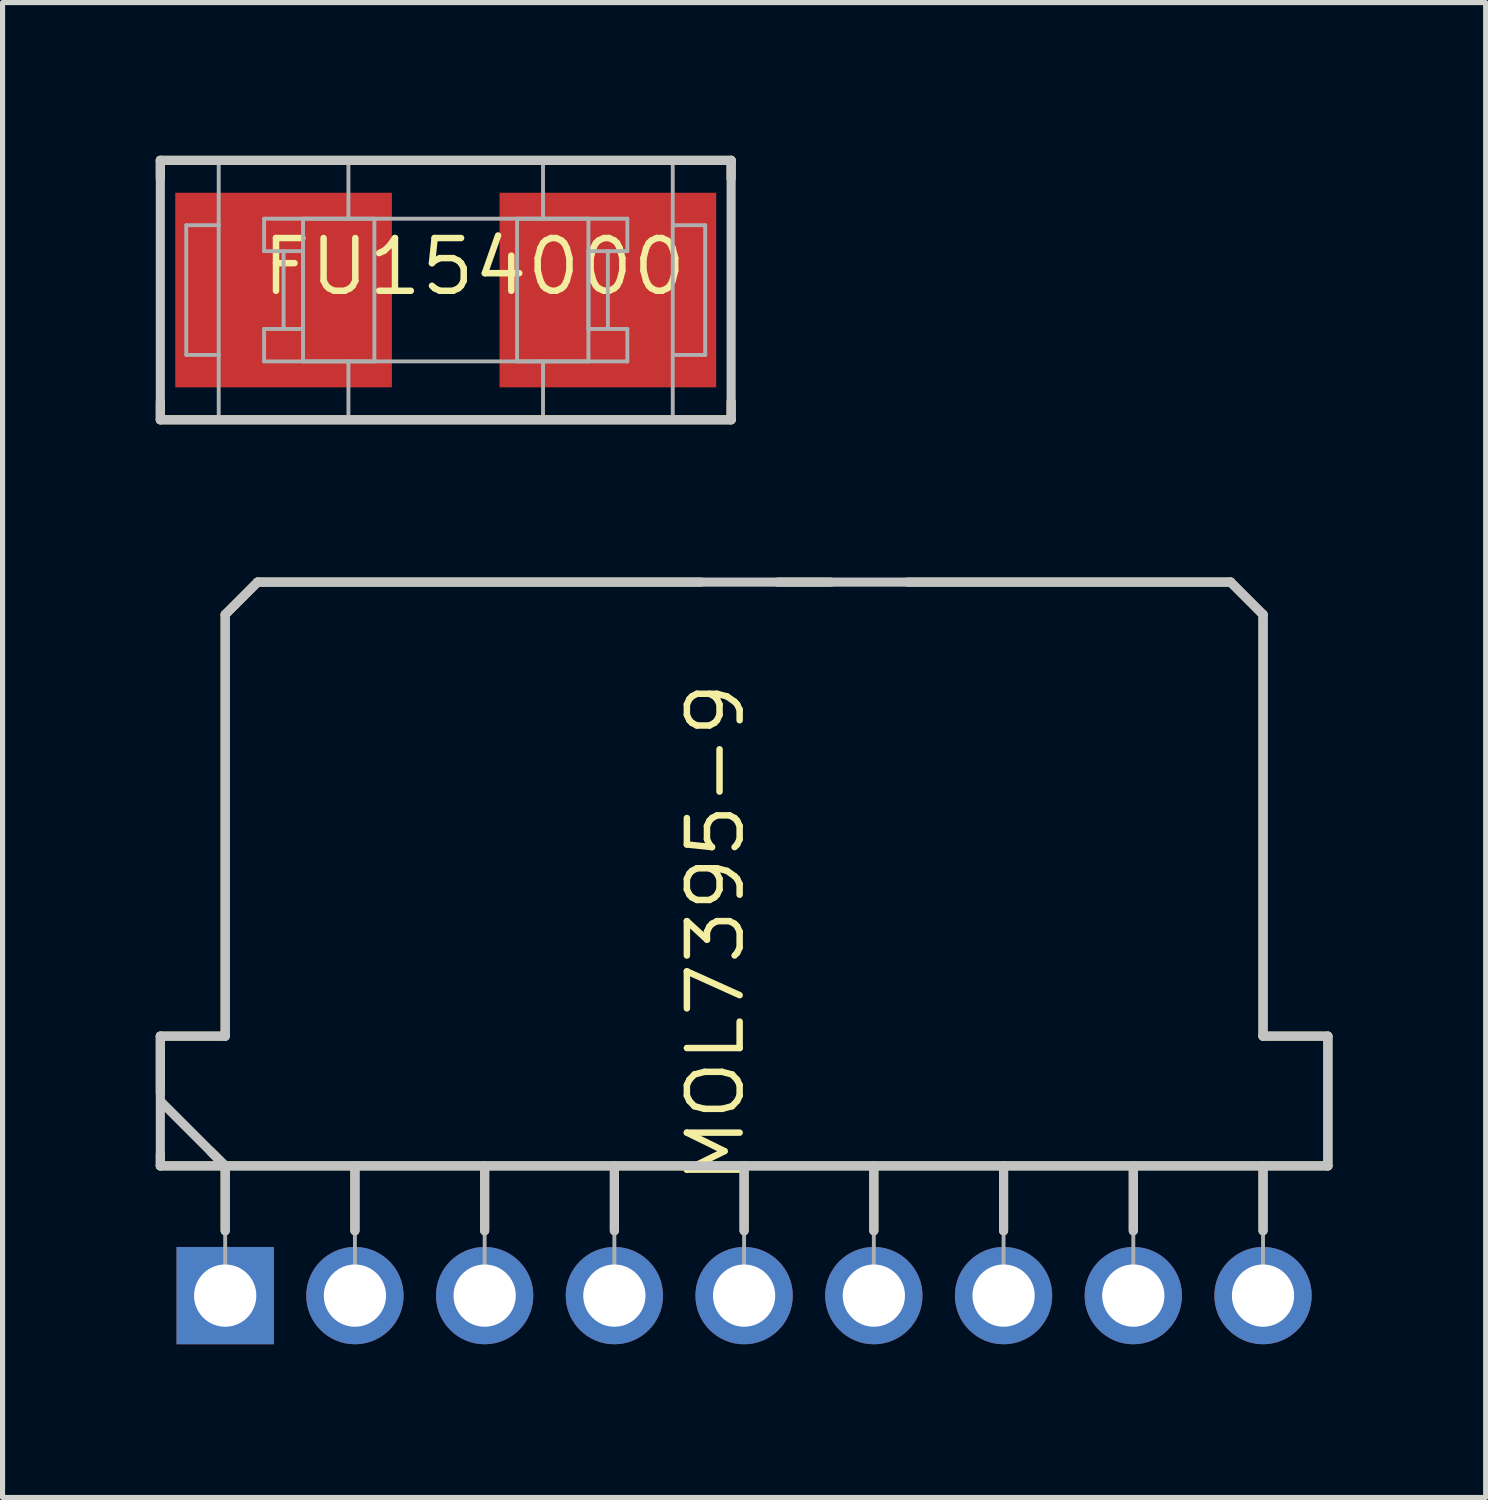
<source format=kicad_pcb>
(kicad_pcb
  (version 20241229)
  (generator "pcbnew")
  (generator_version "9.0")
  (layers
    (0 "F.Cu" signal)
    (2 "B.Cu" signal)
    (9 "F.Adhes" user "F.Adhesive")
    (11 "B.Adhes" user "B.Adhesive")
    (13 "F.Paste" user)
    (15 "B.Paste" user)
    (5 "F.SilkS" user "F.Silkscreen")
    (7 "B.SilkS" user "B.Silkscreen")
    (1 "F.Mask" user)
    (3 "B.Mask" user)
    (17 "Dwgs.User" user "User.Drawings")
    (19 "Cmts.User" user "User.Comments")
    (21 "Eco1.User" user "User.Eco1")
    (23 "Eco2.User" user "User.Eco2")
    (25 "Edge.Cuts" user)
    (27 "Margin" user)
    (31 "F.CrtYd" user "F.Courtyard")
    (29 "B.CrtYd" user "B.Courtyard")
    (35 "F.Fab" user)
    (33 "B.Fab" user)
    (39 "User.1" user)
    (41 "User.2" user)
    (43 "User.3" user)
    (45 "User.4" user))
  (footprint "MOL7395-9"
    (layer "F.Cu")
    (at 1.359 22.317)
    (property "Reference" "MOL7395-9" (at 9.601 -7.099 90) (unlocked yes) (layer "F.SilkS") (effects (font (size 1.033 1.087) (thickness 0.127))))
    (attr smd)
    (fp_line (start -1.27 -5.08) (end 0 -5.08) (stroke (width 0.178) (type solid)) (layer "F.SilkS"))
    (fp_line (start -1.27 -3.962) (end -1.27 -5.08) (stroke (width 0.178) (type solid)) (layer "F.SilkS"))
    (fp_line (start -1.27 -2.54) (end -1.27 -2.769) (stroke (width 0.178) (type solid)) (layer "F.SilkS"))
    (fp_line (start -1.27 -2.54) (end 21.59 -2.54) (stroke (width 0.178) (type solid)) (layer "F.SilkS"))
    (fp_line (start -0.279 -2.819) (end 0 -2.54) (stroke (width 0.178) (type solid)) (layer "F.SilkS"))
    (fp_line (start 0 -13.335) (end 0.635 -13.97) (stroke (width 0.178) (type solid)) (layer "F.SilkS"))
    (fp_line (start 0 -5.08) (end 0 -13.335) (stroke (width 0.178) (type solid)) (layer "F.SilkS"))
    (fp_line (start 0 -1.27) (end 0 -2.54) (stroke (width 0.178) (type solid)) (layer "F.SilkS"))
    (fp_line (start 0.635 -13.97) (end 9.322 -13.97) (stroke (width 0.178) (type solid)) (layer "F.SilkS"))
    (fp_line (start 2.54 -1.27) (end 2.54 -2.54) (stroke (width 0.178) (type solid)) (layer "F.SilkS"))
    (fp_line (start 5.08 -1.27) (end 5.08 -2.54) (stroke (width 0.178) (type solid)) (layer "F.SilkS"))
    (fp_line (start 7.62 -1.27) (end 7.62 -2.54) (stroke (width 0.178) (type solid)) (layer "F.SilkS"))
    (fp_line (start 10.16 -1.27) (end 10.16 -2.54) (stroke (width 0.178) (type solid)) (layer "F.SilkS"))
    (fp_line (start 10.82 -13.97) (end 11.862 -13.97) (stroke (width 0.178) (type solid)) (layer "F.SilkS"))
    (fp_line (start 12.7 -1.27) (end 12.7 -2.54) (stroke (width 0.178) (type solid)) (layer "F.SilkS"))
    (fp_line (start 13.36 -13.97) (end 19.685 -13.97) (stroke (width 0.178) (type solid)) (layer "F.SilkS"))
    (fp_line (start 15.24 -1.27) (end 15.24 -2.54) (stroke (width 0.178) (type solid)) (layer "F.SilkS"))
    (fp_line (start 17.78 -1.27) (end 17.78 -2.54) (stroke (width 0.178) (type solid)) (layer "F.SilkS"))
    (fp_line (start 19.685 -13.97) (end 20.32 -13.335) (stroke (width 0.178) (type solid)) (layer "F.SilkS"))
    (fp_line (start 20.32 -5.08) (end 20.32 -13.335) (stroke (width 0.178) (type solid)) (layer "F.SilkS"))
    (fp_line (start 20.32 -5.08) (end 21.59 -5.08) (stroke (width 0.178) (type solid)) (layer "F.SilkS"))
    (fp_line (start 20.32 -1.27) (end 20.32 -2.54) (stroke (width 0.178) (type solid)) (layer "F.SilkS"))
    (fp_line (start 21.59 -2.54) (end 21.59 -5.08) (stroke (width 0.178) (type solid)) (layer "F.SilkS"))
    (fp_line (start -1.27 -5.08) (end 0 -5.08) (stroke (width 0.178) (type solid)) (layer "Dwgs.User"))
    (fp_line (start -1.27 -2.54) (end -1.27 -5.08) (stroke (width 0.178) (type solid)) (layer "Dwgs.User"))
    (fp_line (start -1.27 -2.54) (end 21.59 -2.54) (stroke (width 0.178) (type solid)) (layer "Dwgs.User"))
    (fp_line (start -1.245 -3.785) (end 0 -2.54) (stroke (width 0.178) (type solid)) (layer "Dwgs.User"))
    (fp_line (start 0 -13.335) (end 0.635 -13.97) (stroke (width 0.178) (type solid)) (layer "Dwgs.User"))
    (fp_line (start 0 -5.08) (end 0 -13.335) (stroke (width 0.178) (type solid)) (layer "Dwgs.User"))
    (fp_line (start 0 -1.27) (end 0 -2.54) (stroke (width 0.178) (type solid)) (layer "Dwgs.User"))
    (fp_line (start 0.635 -13.97) (end 19.685 -13.97) (stroke (width 0.178) (type solid)) (layer "Dwgs.User"))
    (fp_line (start 2.54 -1.27) (end 2.54 -2.54) (stroke (width 0.178) (type solid)) (layer "Dwgs.User"))
    (fp_line (start 5.08 -1.27) (end 5.08 -2.54) (stroke (width 0.178) (type solid)) (layer "Dwgs.User"))
    (fp_line (start 7.62 -1.27) (end 7.62 -2.54) (stroke (width 0.178) (type solid)) (layer "Dwgs.User"))
    (fp_line (start 10.16 -1.27) (end 10.16 -2.54) (stroke (width 0.178) (type solid)) (layer "Dwgs.User"))
    (fp_line (start 12.7 -1.27) (end 12.7 -2.54) (stroke (width 0.178) (type solid)) (layer "Dwgs.User"))
    (fp_line (start 15.24 -1.27) (end 15.24 -2.54) (stroke (width 0.178) (type solid)) (layer "Dwgs.User"))
    (fp_line (start 17.78 -1.27) (end 17.78 -2.54) (stroke (width 0.178) (type solid)) (layer "Dwgs.User"))
    (fp_line (start 19.685 -13.97) (end 20.32 -13.335) (stroke (width 0.178) (type solid)) (layer "Dwgs.User"))
    (fp_line (start 20.32 -5.08) (end 20.32 -13.335) (stroke (width 0.178) (type solid)) (layer "Dwgs.User"))
    (fp_line (start 20.32 -5.08) (end 21.59 -5.08) (stroke (width 0.178) (type solid)) (layer "Dwgs.User"))
    (fp_line (start 20.32 -1.27) (end 20.32 -2.54) (stroke (width 0.178) (type solid)) (layer "Dwgs.User"))
    (fp_line (start 21.59 -2.54) (end 21.59 -5.08) (stroke (width 0.178) (type solid)) (layer "Dwgs.User"))
    (fp_line (start -1.27 -5.08) (end 0 -5.08) (stroke (width 0.076) (type solid)) (layer "F.Fab"))
    (fp_line (start -1.27 -2.54) (end -1.27 -5.08) (stroke (width 0.076) (type solid)) (layer "F.Fab"))
    (fp_line (start -1.27 -2.54) (end 21.59 -2.54) (stroke (width 0.076) (type solid)) (layer "F.Fab"))
    (fp_line (start -1.245 -3.785) (end 0 -2.54) (stroke (width 0.076) (type solid)) (layer "F.Fab"))
    (fp_line (start 0 -13.335) (end 0.635 -13.97) (stroke (width 0.076) (type solid)) (layer "F.Fab"))
    (fp_line (start 0 -5.08) (end 0 -13.335) (stroke (width 0.076) (type solid)) (layer "F.Fab"))
    (fp_line (start 0 0) (end 0 -2.54) (stroke (width 0.076) (type solid)) (layer "F.Fab"))
    (fp_line (start 0.635 -13.97) (end 19.685 -13.97) (stroke (width 0.076) (type solid)) (layer "F.Fab"))
    (fp_line (start 2.54 0) (end 2.54 -2.54) (stroke (width 0.076) (type solid)) (layer "F.Fab"))
    (fp_line (start 5.08 0) (end 5.08 -2.54) (stroke (width 0.076) (type solid)) (layer "F.Fab"))
    (fp_line (start 7.62 0) (end 7.62 -2.54) (stroke (width 0.076) (type solid)) (layer "F.Fab"))
    (fp_line (start 10.16 0) (end 10.16 -2.54) (stroke (width 0.076) (type solid)) (layer "F.Fab"))
    (fp_line (start 12.7 0) (end 12.7 -2.54) (stroke (width 0.076) (type solid)) (layer "F.Fab"))
    (fp_line (start 15.24 0) (end 15.24 -2.54) (stroke (width 0.076) (type solid)) (layer "F.Fab"))
    (fp_line (start 17.78 0) (end 17.78 -2.54) (stroke (width 0.076) (type solid)) (layer "F.Fab"))
    (fp_line (start 19.685 -13.97) (end 20.32 -13.335) (stroke (width 0.076) (type solid)) (layer "F.Fab"))
    (fp_line (start 20.32 -5.08) (end 20.32 -13.335) (stroke (width 0.076) (type solid)) (layer "F.Fab"))
    (fp_line (start 20.32 -5.08) (end 21.59 -5.08) (stroke (width 0.076) (type solid)) (layer "F.Fab"))
    (fp_line (start 20.32 0) (end 20.32 -2.54) (stroke (width 0.076) (type solid)) (layer "F.Fab"))
    (fp_line (start 21.59 -2.54) (end 21.59 -5.08) (stroke (width 0.076) (type solid)) (layer "F.Fab"))
    (pad "1" thru_hole rect (at 0 0) (size 1.905 1.905) (drill 1.219) (layers "*.Cu" "*.Mask"))
    (pad "2" thru_hole circle (at 2.54 0) (size 1.905 1.905) (drill 1.219) (layers "*.Cu" "*.Mask"))
    (pad "3" thru_hole circle (at 5.08 0) (size 1.905 1.905) (drill 1.219) (layers "*.Cu" "*.Mask"))
    (pad "4" thru_hole circle (at 7.62 0) (size 1.905 1.905) (drill 1.219) (layers "*.Cu" "*.Mask"))
    (pad "5" thru_hole circle (at 10.16 0) (size 1.905 1.905) (drill 1.219) (layers "*.Cu" "*.Mask"))
    (pad "6" thru_hole circle (at 12.7 0) (size 1.905 1.905) (drill 1.219) (layers "*.Cu" "*.Mask"))
    (pad "7" thru_hole circle (at 15.24 0) (size 1.905 1.905) (drill 1.219) (layers "*.Cu" "*.Mask"))
    (pad "8" thru_hole circle (at 17.78 0) (size 1.905 1.905) (drill 1.219) (layers "*.Cu" "*.Mask"))
    (pad "9" thru_hole circle (at 20.32 0) (size 1.905 1.905) (drill 1.219) (layers "*.Cu" "*.Mask")))
  (footprint "FU154000"
    (layer "F.Cu")
    (at 5.677 2.629)
    (property "Reference" "FU154000" (at 0.559 -0.457 0) (unlocked yes) (layer "F.SilkS") (effects (font (size 1.033 1.087) (thickness 0.127))))
    (attr smd)
    (fp_line (start -5.588 -2.54) (end 5.588 -2.54) (stroke (width 0.178) (type solid)) (layer "F.SilkS"))
    (fp_line (start -5.588 -2.184) (end -5.588 -2.54) (stroke (width 0.178) (type solid)) (layer "F.SilkS"))
    (fp_line (start -5.588 2.54) (end -5.588 2.184) (stroke (width 0.178) (type solid)) (layer "F.SilkS"))
    (fp_line (start -5.588 2.54) (end 5.588 2.54) (stroke (width 0.178) (type solid)) (layer "F.SilkS"))
    (fp_line (start 5.588 -2.184) (end 5.588 -2.54) (stroke (width 0.178) (type solid)) (layer "F.SilkS"))
    (fp_line (start 5.588 2.54) (end 5.588 2.184) (stroke (width 0.178) (type solid)) (layer "F.SilkS"))
    (fp_line (start -5.588 -2.54) (end 5.588 -2.54) (stroke (width 0.178) (type solid)) (layer "Dwgs.User"))
    (fp_line (start -5.588 2.54) (end -5.588 -2.54) (stroke (width 0.178) (type solid)) (layer "Dwgs.User"))
    (fp_line (start -5.588 2.54) (end 5.588 2.54) (stroke (width 0.178) (type solid)) (layer "Dwgs.User"))
    (fp_line (start 5.588 2.54) (end 5.588 -2.54) (stroke (width 0.178) (type solid)) (layer "Dwgs.User"))
    (fp_line (start -5.08 -1.27) (end -4.445 -1.27) (stroke (width 0.076) (type solid)) (layer "F.Fab"))
    (fp_line (start -5.08 1.27) (end -5.08 -1.27) (stroke (width 0.076) (type solid)) (layer "F.Fab"))
    (fp_line (start -5.08 1.27) (end -4.445 1.27) (stroke (width 0.076) (type solid)) (layer "F.Fab"))
    (fp_line (start -4.445 -2.54) (end 4.445 -2.54) (stroke (width 0.076) (type solid)) (layer "F.Fab"))
    (fp_line (start -4.445 -1.27) (end -4.445 -2.54) (stroke (width 0.076) (type solid)) (layer "F.Fab"))
    (fp_line (start -4.445 1.27) (end -4.445 -1.27) (stroke (width 0.076) (type solid)) (layer "F.Fab"))
    (fp_line (start -4.445 2.54) (end -4.445 1.27) (stroke (width 0.076) (type solid)) (layer "F.Fab"))
    (fp_line (start -4.445 2.54) (end 4.445 2.54) (stroke (width 0.076) (type solid)) (layer "F.Fab"))
    (fp_line (start -3.556 -1.397) (end 3.556 -1.397) (stroke (width 0.076) (type solid)) (layer "F.Fab"))
    (fp_line (start -3.556 -0.762) (end -3.556 -1.397) (stroke (width 0.076) (type solid)) (layer "F.Fab"))
    (fp_line (start -3.556 -0.762) (end -2.794 -0.762) (stroke (width 0.076) (type solid)) (layer "F.Fab"))
    (fp_line (start -3.556 0.762) (end -2.794 0.762) (stroke (width 0.076) (type solid)) (layer "F.Fab"))
    (fp_line (start -3.556 1.397) (end -3.556 0.762) (stroke (width 0.076) (type solid)) (layer "F.Fab"))
    (fp_line (start -3.556 1.397) (end 3.556 1.397) (stroke (width 0.076) (type solid)) (layer "F.Fab"))
    (fp_line (start -3.175 0.762) (end -3.175 -0.762) (stroke (width 0.076) (type solid)) (layer "F.Fab"))
    (fp_line (start -2.794 -1.397) (end -1.397 -1.397) (stroke (width 0.076) (type solid)) (layer "F.Fab"))
    (fp_line (start -2.794 0.762) (end -2.794 -0.762) (stroke (width 0.076) (type solid)) (layer "F.Fab"))
    (fp_line (start -2.794 1.397) (end -2.794 -1.397) (stroke (width 0.076) (type solid)) (layer "F.Fab"))
    (fp_line (start -2.794 1.397) (end -1.397 1.397) (stroke (width 0.076) (type solid)) (layer "F.Fab"))
    (fp_line (start -1.905 -1.397) (end -1.905 -2.54) (stroke (width 0.076) (type solid)) (layer "F.Fab"))
    (fp_line (start -1.905 2.54) (end -1.905 1.397) (stroke (width 0.076) (type solid)) (layer "F.Fab"))
    (fp_line (start -1.397 1.397) (end -1.397 -1.397) (stroke (width 0.076) (type solid)) (layer "F.Fab"))
    (fp_line (start 1.397 -1.397) (end 2.794 -1.397) (stroke (width 0.076) (type solid)) (layer "F.Fab"))
    (fp_line (start 1.397 1.397) (end 1.397 -1.397) (stroke (width 0.076) (type solid)) (layer "F.Fab"))
    (fp_line (start 1.397 1.397) (end 2.794 1.397) (stroke (width 0.076) (type solid)) (layer "F.Fab"))
    (fp_line (start 1.905 -1.397) (end 1.905 -2.54) (stroke (width 0.076) (type solid)) (layer "F.Fab"))
    (fp_line (start 1.905 2.54) (end 1.905 1.397) (stroke (width 0.076) (type solid)) (layer "F.Fab"))
    (fp_line (start 2.794 -0.762) (end 3.556 -0.762) (stroke (width 0.076) (type solid)) (layer "F.Fab"))
    (fp_line (start 2.794 0.762) (end 2.794 -0.762) (stroke (width 0.076) (type solid)) (layer "F.Fab"))
    (fp_line (start 2.794 0.762) (end 3.556 0.762) (stroke (width 0.076) (type solid)) (layer "F.Fab"))
    (fp_line (start 2.794 1.397) (end 2.794 -1.397) (stroke (width 0.076) (type solid)) (layer "F.Fab"))
    (fp_line (start 3.175 0.762) (end 3.175 -0.762) (stroke (width 0.076) (type solid)) (layer "F.Fab"))
    (fp_line (start 3.556 -0.762) (end 3.556 -1.397) (stroke (width 0.076) (type solid)) (layer "F.Fab"))
    (fp_line (start 3.556 1.397) (end 3.556 0.762) (stroke (width 0.076) (type solid)) (layer "F.Fab"))
    (fp_line (start 4.445 -1.27) (end 4.445 -2.54) (stroke (width 0.076) (type solid)) (layer "F.Fab"))
    (fp_line (start 4.445 -1.27) (end 5.08 -1.27) (stroke (width 0.076) (type solid)) (layer "F.Fab"))
    (fp_line (start 4.445 1.27) (end 4.445 -1.27) (stroke (width 0.076) (type solid)) (layer "F.Fab"))
    (fp_line (start 4.445 1.27) (end 5.08 1.27) (stroke (width 0.076) (type solid)) (layer "F.Fab"))
    (fp_line (start 4.445 2.54) (end 4.445 1.27) (stroke (width 0.076) (type solid)) (layer "F.Fab"))
    (fp_line (start 5.08 1.27) (end 5.08 -1.27) (stroke (width 0.076) (type solid)) (layer "F.Fab"))
    (pad "1" smd rect (at -3.175 0) (size 4.242 3.81) (layers "F.Cu" "F.Mask" "F.Paste"))
    (pad "2" smd rect (at 3.175 0) (size 4.242 3.81) (layers "F.Cu" "F.Mask" "F.Paste")))
  (gr_rect
    (start -3 -3)
    (end 26.038 26.269)
    (stroke (width 0.1) (type default))
    (fill no)
    (layer "Edge.Cuts")))
</source>
